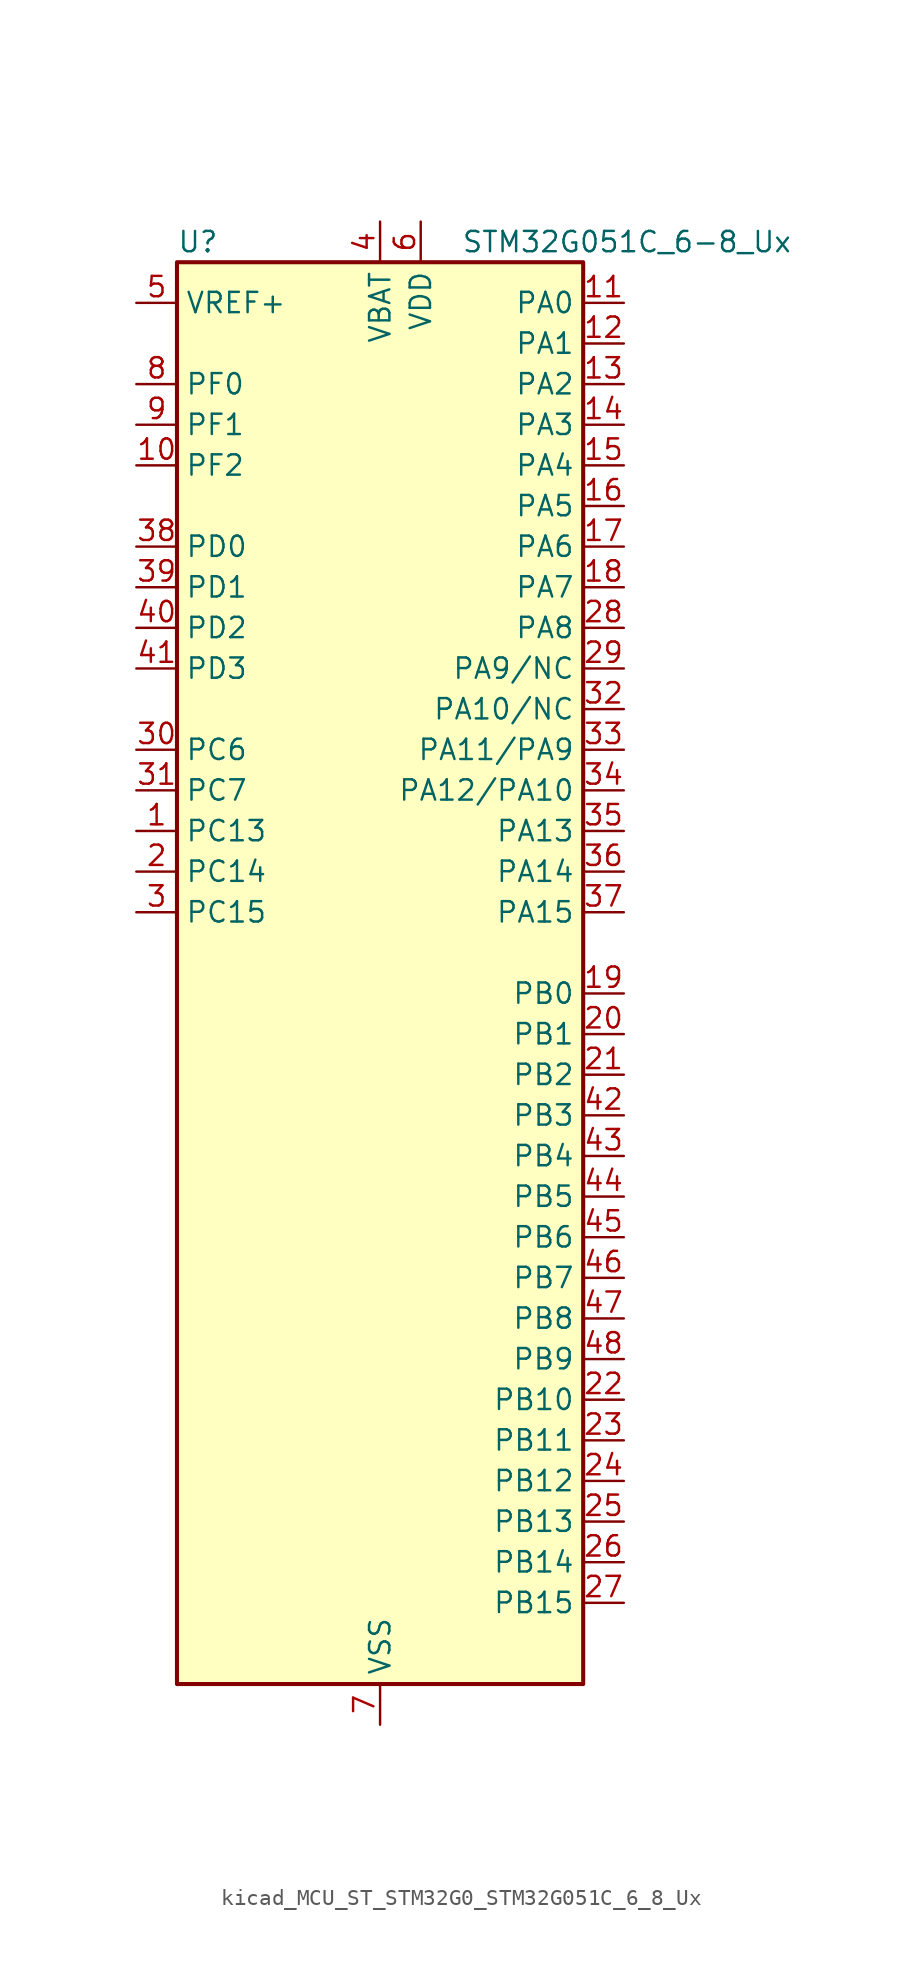
<source format=kicad_sym>
(kicad_symbol_lib
  (version 20220914)
  (generator kicad_symbol_editor)
  (symbol "kicad_MCU_ST_STM32G0_STM32G051C_6_8_Ux"
    (property "Reference" "U"
      (at -12.7 46.99 0)
      (effects (font (size 1.27 1.27)) (justify left)))
    (property "Value" "STM32G051C_6-8_Ux"
      (at 5.08 46.99 0)
      (effects (font (size 1.27 1.27)) (justify left)))
    (property "ki_locked" ""
      (at 0 0 0)
      (effects (font (size 1.27 1.27))))
    (symbol "kicad_MCU_ST_STM32G0_STM32G051C_6_8_Ux_0_1"
      (rectangle (start -12.7 -43.18) (end 12.7 45.72) (stroke (width 0.254) (type default)) (fill (type background))))
    (symbol "kicad_MCU_ST_STM32G0_STM32G051C_6_8_Ux_1_1"
      (pin bidirectional line (at -15.24 10.16 0) (length 2.54) (name "PC13" (effects (font (size 1.27 1.27)))) (number "1" (effects (font (size 1.27 1.27)))) (alternate "RTC_OUT1" bidirectional line) (alternate "RTC_TAMP_IN1" bidirectional line) (alternate "RTC_TS" bidirectional line) (alternate "SYS_WKUP2" bidirectional line) (alternate "TIM1_BK" bidirectional line))
      (pin bidirectional line (at -15.24 33.02 0) (length 2.54) (name "PF2" (effects (font (size 1.27 1.27)))) (number "10" (effects (font (size 1.27 1.27)))) (alternate "RCC_MCO" bidirectional line))
      (pin bidirectional line (at 15.24 43.18 180) (length 2.54) (name "PA0" (effects (font (size 1.27 1.27)))) (number "11" (effects (font (size 1.27 1.27)))) (alternate "ADC1_IN0" bidirectional line) (alternate "COMP1_INM" bidirectional line) (alternate "COMP1_OUT" bidirectional line) (alternate "LPTIM1_OUT" bidirectional line) (alternate "RTC_TAMP_IN2" bidirectional line) (alternate "SPI2_SCK" bidirectional line) (alternate "SYS_WKUP1" bidirectional line) (alternate "TIM2_CH1" bidirectional line) (alternate "TIM2_ETR" bidirectional line) (alternate "USART2_CTS" bidirectional line) (alternate "USART2_NSS" bidirectional line))
      (pin bidirectional line (at 15.24 40.64 180) (length 2.54) (name "PA1" (effects (font (size 1.27 1.27)))) (number "12" (effects (font (size 1.27 1.27)))) (alternate "ADC1_IN1" bidirectional line) (alternate "COMP1_INP" bidirectional line) (alternate "I2C1_SMBA" bidirectional line) (alternate "I2S1_CK" bidirectional line) (alternate "SPI1_SCK" bidirectional line) (alternate "TIM15_CH1N" bidirectional line) (alternate "TIM2_CH2" bidirectional line) (alternate "USART2_CK" bidirectional line) (alternate "USART2_DE" bidirectional line) (alternate "USART2_RTS" bidirectional line))
      (pin bidirectional line (at 15.24 38.1 180) (length 2.54) (name "PA2" (effects (font (size 1.27 1.27)))) (number "13" (effects (font (size 1.27 1.27)))) (alternate "ADC1_IN2" bidirectional line) (alternate "COMP2_INM" bidirectional line) (alternate "COMP2_OUT" bidirectional line) (alternate "I2S1_SD" bidirectional line) (alternate "LPUART1_TX" bidirectional line) (alternate "RCC_LSCO" bidirectional line) (alternate "SPI1_MOSI" bidirectional line) (alternate "SYS_WKUP4" bidirectional line) (alternate "TIM15_CH1" bidirectional line) (alternate "TIM2_CH3" bidirectional line) (alternate "USART2_TX" bidirectional line))
      (pin bidirectional line (at 15.24 35.56 180) (length 2.54) (name "PA3" (effects (font (size 1.27 1.27)))) (number "14" (effects (font (size 1.27 1.27)))) (alternate "ADC1_IN3" bidirectional line) (alternate "COMP2_INP" bidirectional line) (alternate "LPUART1_RX" bidirectional line) (alternate "SPI2_MISO" bidirectional line) (alternate "TIM15_CH2" bidirectional line) (alternate "TIM2_CH4" bidirectional line) (alternate "USART2_RX" bidirectional line))
      (pin bidirectional line (at 15.24 33.02 180) (length 2.54) (name "PA4" (effects (font (size 1.27 1.27)))) (number "15" (effects (font (size 1.27 1.27)))) (alternate "ADC1_IN4" bidirectional line) (alternate "DAC1_OUT1" bidirectional line) (alternate "I2S1_WS" bidirectional line) (alternate "LPTIM2_OUT" bidirectional line) (alternate "RTC_OUT2" bidirectional line) (alternate "SPI1_NSS" bidirectional line) (alternate "SPI2_MOSI" bidirectional line) (alternate "TIM14_CH1" bidirectional line))
      (pin bidirectional line (at 15.24 30.48 180) (length 2.54) (name "PA5" (effects (font (size 1.27 1.27)))) (number "16" (effects (font (size 1.27 1.27)))) (alternate "ADC1_IN5" bidirectional line) (alternate "DAC1_OUT2" bidirectional line) (alternate "I2S1_CK" bidirectional line) (alternate "LPTIM2_ETR" bidirectional line) (alternate "SPI1_SCK" bidirectional line) (alternate "TIM2_CH1" bidirectional line) (alternate "TIM2_ETR" bidirectional line))
      (pin bidirectional line (at 15.24 27.94 180) (length 2.54) (name "PA6" (effects (font (size 1.27 1.27)))) (number "17" (effects (font (size 1.27 1.27)))) (alternate "ADC1_IN6" bidirectional line) (alternate "COMP1_OUT" bidirectional line) (alternate "I2S1_MCK" bidirectional line) (alternate "LPUART1_CTS" bidirectional line) (alternate "SPI1_MISO" bidirectional line) (alternate "TIM16_CH1" bidirectional line) (alternate "TIM1_BK" bidirectional line) (alternate "TIM3_CH1" bidirectional line))
      (pin bidirectional line (at 15.24 25.4 180) (length 2.54) (name "PA7" (effects (font (size 1.27 1.27)))) (number "18" (effects (font (size 1.27 1.27)))) (alternate "ADC1_IN7" bidirectional line) (alternate "COMP2_OUT" bidirectional line) (alternate "I2S1_SD" bidirectional line) (alternate "SPI1_MOSI" bidirectional line) (alternate "TIM14_CH1" bidirectional line) (alternate "TIM17_CH1" bidirectional line) (alternate "TIM1_CH1N" bidirectional line) (alternate "TIM3_CH2" bidirectional line))
      (pin bidirectional line (at 15.24 0 180) (length 2.54) (name "PB0" (effects (font (size 1.27 1.27)))) (number "19" (effects (font (size 1.27 1.27)))) (alternate "ADC1_IN8" bidirectional line) (alternate "COMP1_OUT" bidirectional line) (alternate "I2S1_WS" bidirectional line) (alternate "LPTIM1_OUT" bidirectional line) (alternate "SPI1_NSS" bidirectional line) (alternate "TIM1_CH2N" bidirectional line) (alternate "TIM3_CH3" bidirectional line))
      (pin bidirectional line (at -15.24 7.62 0) (length 2.54) (name "PC14" (effects (font (size 1.27 1.27)))) (number "2" (effects (font (size 1.27 1.27)))) (alternate "RCC_OSC32_IN" bidirectional line) (alternate "TIM1_BK2" bidirectional line))
      (pin bidirectional line (at 15.24 -2.54 180) (length 2.54) (name "PB1" (effects (font (size 1.27 1.27)))) (number "20" (effects (font (size 1.27 1.27)))) (alternate "ADC1_IN9" bidirectional line) (alternate "COMP1_INM" bidirectional line) (alternate "LPTIM2_IN1" bidirectional line) (alternate "LPUART1_DE" bidirectional line) (alternate "LPUART1_RTS" bidirectional line) (alternate "TIM14_CH1" bidirectional line) (alternate "TIM1_CH3N" bidirectional line) (alternate "TIM3_CH4" bidirectional line))
      (pin bidirectional line (at 15.24 -5.08 180) (length 2.54) (name "PB2" (effects (font (size 1.27 1.27)))) (number "21" (effects (font (size 1.27 1.27)))) (alternate "ADC1_IN10" bidirectional line) (alternate "COMP1_INP" bidirectional line) (alternate "LPTIM1_OUT" bidirectional line) (alternate "SPI2_MISO" bidirectional line))
      (pin bidirectional line (at 15.24 -25.4 180) (length 2.54) (name "PB10" (effects (font (size 1.27 1.27)))) (number "22" (effects (font (size 1.27 1.27)))) (alternate "ADC1_IN11" bidirectional line) (alternate "COMP1_OUT" bidirectional line) (alternate "I2C2_SCL" bidirectional line) (alternate "LPUART1_RX" bidirectional line) (alternate "SPI2_SCK" bidirectional line) (alternate "TIM2_CH3" bidirectional line))
      (pin bidirectional line (at 15.24 -27.94 180) (length 2.54) (name "PB11" (effects (font (size 1.27 1.27)))) (number "23" (effects (font (size 1.27 1.27)))) (alternate "ADC1_EXTI11" bidirectional line) (alternate "ADC1_IN15" bidirectional line) (alternate "COMP2_OUT" bidirectional line) (alternate "I2C2_SDA" bidirectional line) (alternate "LPUART1_TX" bidirectional line) (alternate "SPI2_MOSI" bidirectional line) (alternate "TIM2_CH4" bidirectional line))
      (pin bidirectional line (at 15.24 -30.48 180) (length 2.54) (name "PB12" (effects (font (size 1.27 1.27)))) (number "24" (effects (font (size 1.27 1.27)))) (alternate "ADC1_IN16" bidirectional line) (alternate "LPUART1_DE" bidirectional line) (alternate "LPUART1_RTS" bidirectional line) (alternate "SPI2_NSS" bidirectional line) (alternate "TIM15_BK" bidirectional line) (alternate "TIM1_BK" bidirectional line))
      (pin bidirectional line (at 15.24 -33.02 180) (length 2.54) (name "PB13" (effects (font (size 1.27 1.27)))) (number "25" (effects (font (size 1.27 1.27)))) (alternate "I2C2_SCL" bidirectional line) (alternate "LPUART1_CTS" bidirectional line) (alternate "SPI2_SCK" bidirectional line) (alternate "TIM15_CH1N" bidirectional line) (alternate "TIM1_CH1N" bidirectional line))
      (pin bidirectional line (at 15.24 -35.56 180) (length 2.54) (name "PB14" (effects (font (size 1.27 1.27)))) (number "26" (effects (font (size 1.27 1.27)))) (alternate "I2C2_SDA" bidirectional line) (alternate "SPI2_MISO" bidirectional line) (alternate "TIM15_CH1" bidirectional line) (alternate "TIM1_CH2N" bidirectional line))
      (pin bidirectional line (at 15.24 -38.1 180) (length 2.54) (name "PB15" (effects (font (size 1.27 1.27)))) (number "27" (effects (font (size 1.27 1.27)))) (alternate "RTC_REFIN" bidirectional line) (alternate "SPI2_MOSI" bidirectional line) (alternate "TIM15_CH1N" bidirectional line) (alternate "TIM15_CH2" bidirectional line) (alternate "TIM1_CH3N" bidirectional line))
      (pin bidirectional line (at 15.24 22.86 180) (length 2.54) (name "PA8" (effects (font (size 1.27 1.27)))) (number "28" (effects (font (size 1.27 1.27)))) (alternate "LPTIM2_OUT" bidirectional line) (alternate "RCC_MCO" bidirectional line) (alternate "SPI2_NSS" bidirectional line) (alternate "TIM1_CH1" bidirectional line))
      (pin bidirectional line (at 15.24 20.32 180) (length 2.54) (name "PA9/NC" (effects (font (size 1.27 1.27)))) (number "29" (effects (font (size 1.27 1.27)))) (alternate "DAC1_EXTI9" bidirectional line) (alternate "I2C1_SCL" bidirectional line) (alternate "RCC_MCO" bidirectional line) (alternate "SPI2_MISO" bidirectional line) (alternate "TIM15_BK" bidirectional line) (alternate "TIM1_CH2" bidirectional line) (alternate "USART1_TX" bidirectional line))
      (pin bidirectional line (at -15.24 5.08 0) (length 2.54) (name "PC15" (effects (font (size 1.27 1.27)))) (number "3" (effects (font (size 1.27 1.27)))) (alternate "RCC_OSC32_EN" bidirectional line) (alternate "RCC_OSC32_OUT" bidirectional line) (alternate "RCC_OSC_EN" bidirectional line) (alternate "TIM15_BK" bidirectional line))
      (pin bidirectional line (at -15.24 15.24 0) (length 2.54) (name "PC6" (effects (font (size 1.27 1.27)))) (number "30" (effects (font (size 1.27 1.27)))) (alternate "TIM2_CH3" bidirectional line) (alternate "TIM3_CH1" bidirectional line))
      (pin bidirectional line (at -15.24 12.7 0) (length 2.54) (name "PC7" (effects (font (size 1.27 1.27)))) (number "31" (effects (font (size 1.27 1.27)))) (alternate "TIM2_CH4" bidirectional line) (alternate "TIM3_CH2" bidirectional line))
      (pin bidirectional line (at 15.24 17.78 180) (length 2.54) (name "PA10/NC" (effects (font (size 1.27 1.27)))) (number "32" (effects (font (size 1.27 1.27)))) (alternate "I2C1_SDA" bidirectional line) (alternate "SPI2_MOSI" bidirectional line) (alternate "TIM17_BK" bidirectional line) (alternate "TIM1_CH3" bidirectional line) (alternate "USART1_RX" bidirectional line))
      (pin bidirectional line (at 15.24 15.24 180) (length 2.54) (name "PA11/PA9" (effects (font (size 1.27 1.27)))) (number "33" (effects (font (size 1.27 1.27)))) (alternate "ADC1_EXTI11" bidirectional line) (alternate "COMP1_OUT" bidirectional line) (alternate "I2C2_SCL" bidirectional line) (alternate "I2S1_MCK" bidirectional line) (alternate "SPI1_MISO" bidirectional line) (alternate "TIM1_BK2" bidirectional line) (alternate "TIM1_CH4" bidirectional line) (alternate "USART1_CTS" bidirectional line) (alternate "USART1_NSS" bidirectional line))
      (pin bidirectional line (at 15.24 12.7 180) (length 2.54) (name "PA12/PA10" (effects (font (size 1.27 1.27)))) (number "34" (effects (font (size 1.27 1.27)))) (alternate "COMP2_OUT" bidirectional line) (alternate "I2C2_SDA" bidirectional line) (alternate "I2S1_SD" bidirectional line) (alternate "I2S_CKIN" bidirectional line) (alternate "SPI1_MOSI" bidirectional line) (alternate "TIM1_ETR" bidirectional line) (alternate "USART1_CK" bidirectional line) (alternate "USART1_DE" bidirectional line) (alternate "USART1_RTS" bidirectional line))
      (pin bidirectional line (at 15.24 10.16 180) (length 2.54) (name "PA13" (effects (font (size 1.27 1.27)))) (number "35" (effects (font (size 1.27 1.27)))) (alternate "ADC1_IN17" bidirectional line) (alternate "IR_OUT" bidirectional line) (alternate "SYS_SWDIO" bidirectional line))
      (pin bidirectional line (at 15.24 7.62 180) (length 2.54) (name "PA14" (effects (font (size 1.27 1.27)))) (number "36" (effects (font (size 1.27 1.27)))) (alternate "ADC1_IN18" bidirectional line) (alternate "SYS_SWCLK" bidirectional line) (alternate "USART2_TX" bidirectional line))
      (pin bidirectional line (at 15.24 5.08 180) (length 2.54) (name "PA15" (effects (font (size 1.27 1.27)))) (number "37" (effects (font (size 1.27 1.27)))) (alternate "I2S1_WS" bidirectional line) (alternate "SPI1_NSS" bidirectional line) (alternate "TIM2_CH1" bidirectional line) (alternate "TIM2_ETR" bidirectional line) (alternate "USART2_RX" bidirectional line))
      (pin bidirectional line (at -15.24 27.94 0) (length 2.54) (name "PD0" (effects (font (size 1.27 1.27)))) (number "38" (effects (font (size 1.27 1.27)))) (alternate "SPI2_NSS" bidirectional line) (alternate "TIM16_CH1" bidirectional line))
      (pin bidirectional line (at -15.24 25.4 0) (length 2.54) (name "PD1" (effects (font (size 1.27 1.27)))) (number "39" (effects (font (size 1.27 1.27)))) (alternate "SPI2_SCK" bidirectional line) (alternate "TIM17_CH1" bidirectional line))
      (pin power_in line (at 0 48.26 270) (length 2.54) (name "VBAT" (effects (font (size 1.27 1.27)))) (number "4" (effects (font (size 1.27 1.27)))))
      (pin bidirectional line (at -15.24 22.86 0) (length 2.54) (name "PD2" (effects (font (size 1.27 1.27)))) (number "40" (effects (font (size 1.27 1.27)))) (alternate "TIM1_CH1N" bidirectional line) (alternate "TIM3_ETR" bidirectional line))
      (pin bidirectional line (at -15.24 20.32 0) (length 2.54) (name "PD3" (effects (font (size 1.27 1.27)))) (number "41" (effects (font (size 1.27 1.27)))) (alternate "SPI2_MISO" bidirectional line) (alternate "TIM1_CH2N" bidirectional line) (alternate "USART2_CTS" bidirectional line) (alternate "USART2_NSS" bidirectional line))
      (pin bidirectional line (at 15.24 -7.62 180) (length 2.54) (name "PB3" (effects (font (size 1.27 1.27)))) (number "42" (effects (font (size 1.27 1.27)))) (alternate "COMP2_INM" bidirectional line) (alternate "I2S1_CK" bidirectional line) (alternate "SPI1_SCK" bidirectional line) (alternate "TIM1_CH2" bidirectional line) (alternate "TIM2_CH2" bidirectional line) (alternate "USART1_CK" bidirectional line) (alternate "USART1_DE" bidirectional line) (alternate "USART1_RTS" bidirectional line))
      (pin bidirectional line (at 15.24 -10.16 180) (length 2.54) (name "PB4" (effects (font (size 1.27 1.27)))) (number "43" (effects (font (size 1.27 1.27)))) (alternate "COMP2_INP" bidirectional line) (alternate "I2S1_MCK" bidirectional line) (alternate "SPI1_MISO" bidirectional line) (alternate "TIM17_BK" bidirectional line) (alternate "TIM3_CH1" bidirectional line) (alternate "USART1_CTS" bidirectional line) (alternate "USART1_NSS" bidirectional line))
      (pin bidirectional line (at 15.24 -12.7 180) (length 2.54) (name "PB5" (effects (font (size 1.27 1.27)))) (number "44" (effects (font (size 1.27 1.27)))) (alternate "COMP2_OUT" bidirectional line) (alternate "I2C1_SMBA" bidirectional line) (alternate "I2S1_SD" bidirectional line) (alternate "LPTIM1_IN1" bidirectional line) (alternate "SPI1_MOSI" bidirectional line) (alternate "SYS_WKUP6" bidirectional line) (alternate "TIM16_BK" bidirectional line) (alternate "TIM3_CH2" bidirectional line))
      (pin bidirectional line (at 15.24 -15.24 180) (length 2.54) (name "PB6" (effects (font (size 1.27 1.27)))) (number "45" (effects (font (size 1.27 1.27)))) (alternate "COMP2_INP" bidirectional line) (alternate "I2C1_SCL" bidirectional line) (alternate "LPTIM1_ETR" bidirectional line) (alternate "SPI2_MISO" bidirectional line) (alternate "TIM16_CH1N" bidirectional line) (alternate "TIM1_CH3" bidirectional line) (alternate "USART1_TX" bidirectional line))
      (pin bidirectional line (at 15.24 -17.78 180) (length 2.54) (name "PB7" (effects (font (size 1.27 1.27)))) (number "46" (effects (font (size 1.27 1.27)))) (alternate "COMP2_INM" bidirectional line) (alternate "I2C1_SDA" bidirectional line) (alternate "LPTIM1_IN2" bidirectional line) (alternate "SPI2_MOSI" bidirectional line) (alternate "SYS_PVD_IN" bidirectional line) (alternate "TIM17_CH1N" bidirectional line) (alternate "USART1_RX" bidirectional line))
      (pin bidirectional line (at 15.24 -20.32 180) (length 2.54) (name "PB8" (effects (font (size 1.27 1.27)))) (number "47" (effects (font (size 1.27 1.27)))) (alternate "I2C1_SCL" bidirectional line) (alternate "SPI2_SCK" bidirectional line) (alternate "TIM15_BK" bidirectional line) (alternate "TIM16_CH1" bidirectional line))
      (pin bidirectional line (at 15.24 -22.86 180) (length 2.54) (name "PB9" (effects (font (size 1.27 1.27)))) (number "48" (effects (font (size 1.27 1.27)))) (alternate "DAC1_EXTI9" bidirectional line) (alternate "I2C1_SDA" bidirectional line) (alternate "IR_OUT" bidirectional line) (alternate "SPI2_NSS" bidirectional line) (alternate "TIM17_CH1" bidirectional line))
      (pin passive line (at 0 -45.72 90) (length 2.54) hide (name "VSS" (effects (font (size 1.27 1.27)))) (number "49" (effects (font (size 1.27 1.27)))))
      (pin input line (at -15.24 43.18 0) (length 2.54) (name "VREF+" (effects (font (size 1.27 1.27)))) (number "5" (effects (font (size 1.27 1.27)))) (alternate "VREFBUF_OUT" bidirectional line))
      (pin power_in line (at 2.54 48.26 270) (length 2.54) (name "VDD" (effects (font (size 1.27 1.27)))) (number "6" (effects (font (size 1.27 1.27)))))
      (pin power_in line (at 0 -45.72 90) (length 2.54) (name "VSS" (effects (font (size 1.27 1.27)))) (number "7" (effects (font (size 1.27 1.27)))))
      (pin bidirectional line (at -15.24 38.1 0) (length 2.54) (name "PF0" (effects (font (size 1.27 1.27)))) (number "8" (effects (font (size 1.27 1.27)))) (alternate "RCC_OSC_IN" bidirectional line) (alternate "TIM14_CH1" bidirectional line))
      (pin bidirectional line (at -15.24 35.56 0) (length 2.54) (name "PF1" (effects (font (size 1.27 1.27)))) (number "9" (effects (font (size 1.27 1.27)))) (alternate "RCC_OSC_EN" bidirectional line) (alternate "RCC_OSC_OUT" bidirectional line) (alternate "TIM15_CH1N" bidirectional line)))))
</source>
